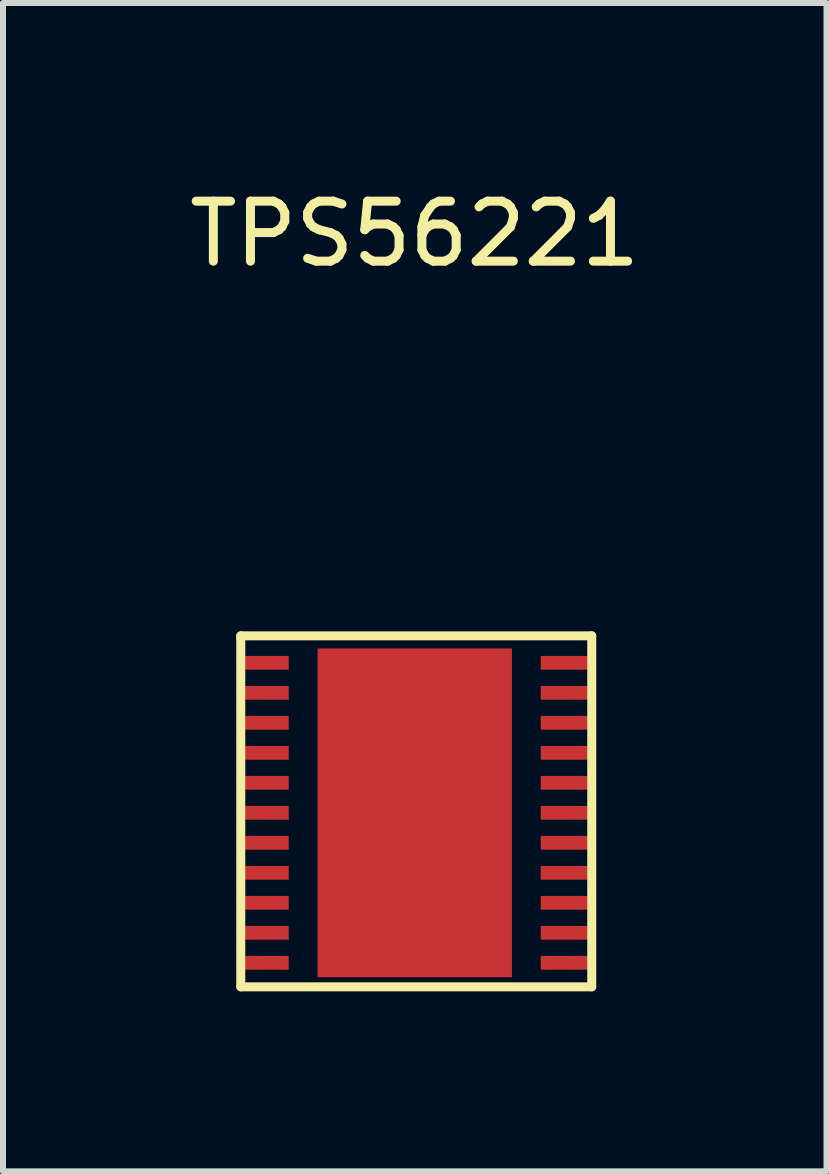
<source format=kicad_pcb>
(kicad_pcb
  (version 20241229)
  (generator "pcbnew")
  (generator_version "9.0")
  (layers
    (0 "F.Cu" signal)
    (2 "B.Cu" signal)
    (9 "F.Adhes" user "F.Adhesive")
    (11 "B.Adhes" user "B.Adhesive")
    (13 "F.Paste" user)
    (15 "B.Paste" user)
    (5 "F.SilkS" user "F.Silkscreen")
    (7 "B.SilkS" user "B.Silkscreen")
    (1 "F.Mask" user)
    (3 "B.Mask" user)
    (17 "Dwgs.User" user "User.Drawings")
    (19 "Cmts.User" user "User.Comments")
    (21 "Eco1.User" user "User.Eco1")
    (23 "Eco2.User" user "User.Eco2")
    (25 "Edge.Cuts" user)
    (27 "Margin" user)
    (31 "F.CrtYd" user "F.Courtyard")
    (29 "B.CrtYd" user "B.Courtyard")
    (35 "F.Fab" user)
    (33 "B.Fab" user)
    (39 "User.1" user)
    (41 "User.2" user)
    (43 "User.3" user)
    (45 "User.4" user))
  (footprint "TPS56221"
    (layer "F.Cu")
    (at 3.863 10.498)
    (property "Reference" "TPS56221" (at 0 -9.65 0) (layer "F.SilkS") (effects (font (size 1 1) (thickness 0.15))))
    (attr through_hole)
    (fp_line (start -2.9 -2.95) (end -2.9 -2.9) (stroke (width 0.15) (type solid)) (layer "F.SilkS"))
    (fp_line (start -2.9 -2.9) (end -2.9 2.9) (stroke (width 0.15) (type solid)) (layer "F.SilkS"))
    (fp_line (start -2.9 2.9) (end 2.95 2.9) (stroke (width 0.15) (type solid)) (layer "F.SilkS"))
    (fp_line (start 2.95 -2.95) (end -2.9 -2.95) (stroke (width 0.15) (type solid)) (layer "F.SilkS"))
    (fp_line (start 2.95 2.9) (end 2.95 -2.95) (stroke (width 0.15) (type solid)) (layer "F.SilkS"))
    (pad "1" smd rect (at -2.5 -2.5) (size 0.8 0.23) (layers "F.Cu" "F.Mask" "F.Paste"))
    (pad "2" smd rect (at -2.5 -2) (size 0.8 0.23) (layers "F.Cu" "F.Mask" "F.Paste"))
    (pad "3" smd rect (at -2.5 -1.5) (size 0.8 0.23) (layers "F.Cu" "F.Mask" "F.Paste"))
    (pad "3" smd rect (at 0 0) (size 3.24 5.48) (layers "F.Cu" "F.Mask" "F.Paste"))
    (pad "4" smd rect (at -2.5 -1) (size 0.8 0.23) (layers "F.Cu" "F.Mask" "F.Paste"))
    (pad "5" smd rect (at -2.5 -0.5) (size 0.8 0.23) (layers "F.Cu" "F.Mask" "F.Paste"))
    (pad "6" smd rect (at -2.5 0) (size 0.8 0.23) (layers "F.Cu" "F.Mask" "F.Paste"))
    (pad "6" smd rect (at -2.5 0.5) (size 0.8 0.23) (layers "F.Cu" "F.Mask" "F.Paste"))
    (pad "6" smd rect (at -2.5 1) (size 0.8 0.23) (layers "F.Cu" "F.Mask" "F.Paste"))
    (pad "6" smd rect (at -2.5 1.5) (size 0.8 0.23) (layers "F.Cu" "F.Mask" "F.Paste"))
    (pad "6" smd rect (at -2.5 2) (size 0.8 0.23) (layers "F.Cu" "F.Mask" "F.Paste"))
    (pad "6" smd rect (at -2.5 2.5) (size 0.8 0.23) (layers "F.Cu" "F.Mask" "F.Paste"))
    (pad "17" smd rect (at 2.5 0) (size 0.8 0.23) (layers "F.Cu" "F.Mask" "F.Paste"))
    (pad "17" smd rect (at 2.5 0.5) (size 0.8 0.23) (layers "F.Cu" "F.Mask" "F.Paste"))
    (pad "17" smd rect (at 2.5 1) (size 0.8 0.23) (layers "F.Cu" "F.Mask" "F.Paste"))
    (pad "17" smd rect (at 2.5 1.5) (size 0.8 0.23) (layers "F.Cu" "F.Mask" "F.Paste"))
    (pad "17" smd rect (at 2.5 2) (size 0.8 0.23) (layers "F.Cu" "F.Mask" "F.Paste"))
    (pad "17" smd rect (at 2.5 2.5) (size 0.8 0.23) (layers "F.Cu" "F.Mask" "F.Paste"))
    (pad "18" smd rect (at 2.5 -0.5) (size 0.8 0.23) (layers "F.Cu" "F.Mask" "F.Paste"))
    (pad "19" smd rect (at 2.5 -1) (size 0.8 0.23) (layers "F.Cu" "F.Mask" "F.Paste"))
    (pad "20" smd rect (at 2.5 -1.5) (size 0.8 0.23) (layers "F.Cu" "F.Mask" "F.Paste"))
    (pad "21" smd rect (at 2.5 -2) (size 0.8 0.23) (layers "F.Cu" "F.Mask" "F.Paste"))
    (pad "22" smd rect (at 2.5 -2.5) (size 0.8 0.23) (layers "F.Cu" "F.Mask" "F.Paste")))
  (gr_rect
    (start -3 -3)
    (end 10.726 16.473)
    (stroke (width 0.1) (type default))
    (fill no)
    (layer "Edge.Cuts")))
</source>
